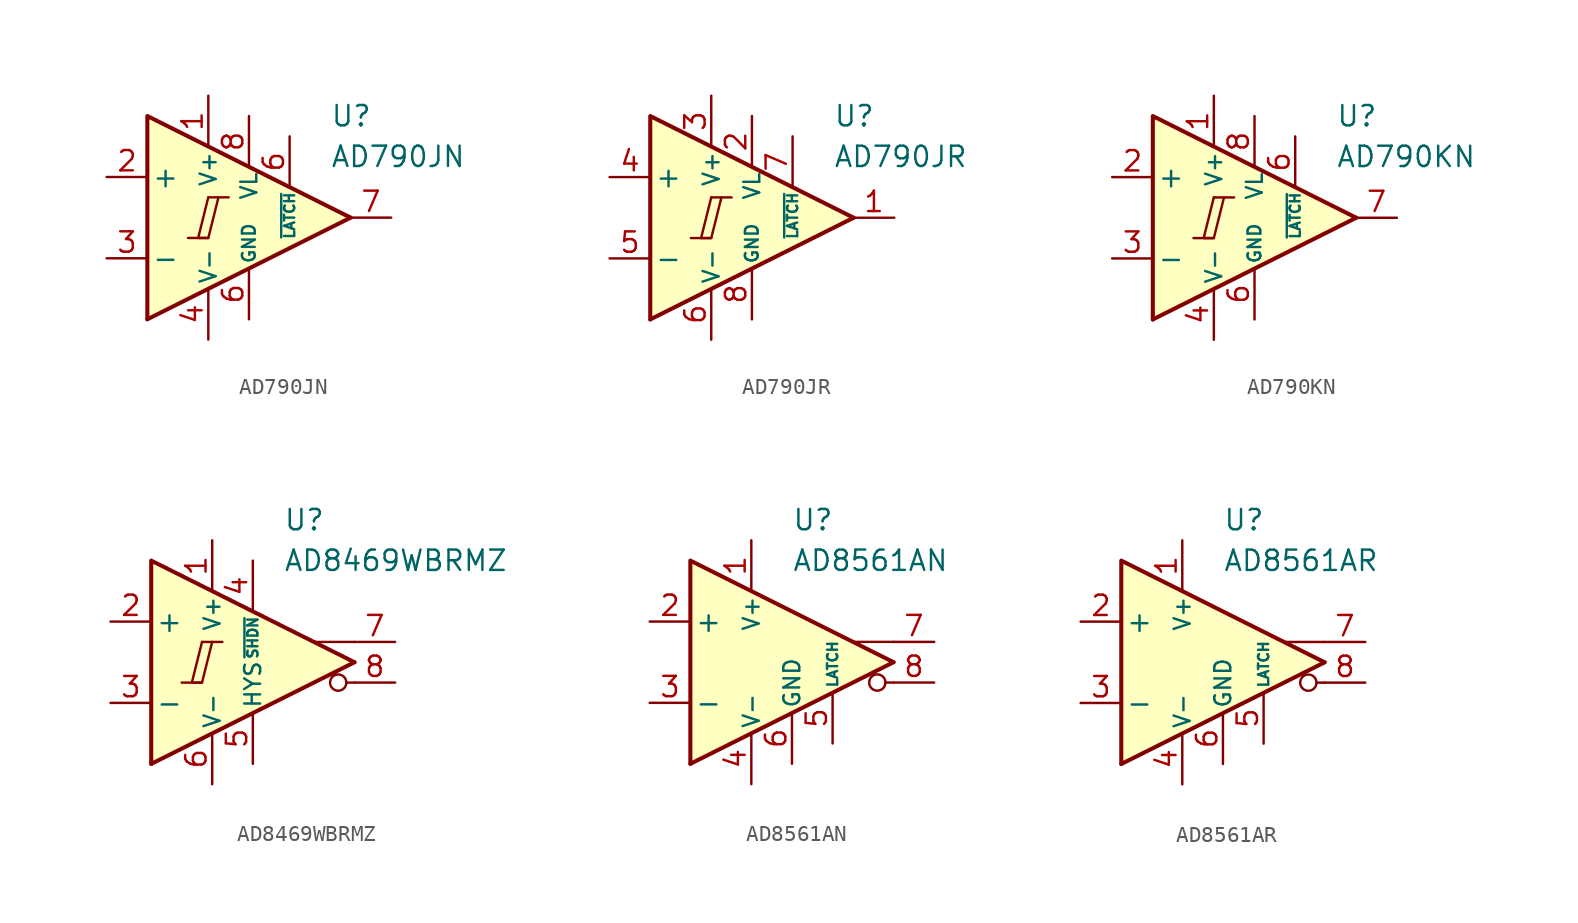
<source format=kicad_sym>
(kicad_symbol_lib
  (version 20211014)
  (generator kicad_symbol_editor)
  (symbol "AD790JN"
    (pin_names
      (offset 0.254))
    (property "Reference" "U"
      (at 5.08 6.35 0)
      (effects (font (size 1.27 1.27)) (justify left)))
    (property "Value" "AD790JN"
      (at 5.08 3.81 0)
      (effects (font (size 1.27 1.27)) (justify left)))
    (symbol "AD790JN_0_0"
      (polyline (pts (xy -3.81 -1.27) (xy -2.54 -1.27)) (stroke (width 0.152) (type default) (color 0 0 0 0)) (fill (type none)))
      (polyline (pts (xy -2.54 1.27) (xy -1.27 1.27)) (stroke (width 0.152) (type default) (color 0 0 0 0)) (fill (type none)))
      (polyline (pts (xy 6.35 0) (xy -6.35 -6.35)) (stroke (width 0.254) (type default) (color 0 0 0 0)) (fill (type none)))
      (polyline (pts (xy 6.35 0) (xy -6.35 6.35) (xy -6.35 -6.35)) (stroke (width 0.254) (type default) (color 0 0 0 0)) (fill (type background)))
      (polyline (pts (xy -2.54 1.27) (xy -3.175 -1.27) (xy -2.54 -1.27) (xy -1.905 1.27)) (stroke (width 0.152) (type default) (color 0 0 0 0)) (fill (type none))))
    (symbol "AD790JN_1_1"
      (pin power_in line (at -2.54 7.62 270) (length 3.18) (name "V+" (effects (font (size 1 1)))) (number "1" (effects (font (size 1.27 1.27)))))
      (pin input line (at -8.89 2.54 0) (length 2.54) (name "+" (effects (font (size 1.27 1.27)))) (number "2" (effects (font (size 1.27 1.27)))))
      (pin input line (at -8.89 -2.54 0) (length 2.54) (name "-" (effects (font (size 1.27 1.27)))) (number "3" (effects (font (size 1.27 1.27)))))
      (pin power_in line (at -2.54 -7.62 90) (length 3.18) (name "V-" (effects (font (size 1 1)))) (number "4" (effects (font (size 1.27 1.27)))))
      (pin power_in line (at 0 -6.35 90) (length 3.18) (name "GND" (effects (font (size 0.8 0.8)))) (number "6" (effects (font (size 1.27 1.27)))))
      (pin input line (at 2.54 5.08 270) (length 3.18) (name "~{LATCH}" (effects (font (size 0.635 0.635)))) (number "6" (effects (font (size 1.27 1.27)))))
      (pin output line (at 8.89 0 180) (length 2.54) (name "~" (effects (font (size 1.27 1.27)))) (number "7" (effects (font (size 1.27 1.27)))))
      (pin power_in line (at 0 6.35 270) (length 3.18) (name "VL" (effects (font (size 1 1)))) (number "8" (effects (font (size 1.27 1.27)))))))
  (symbol "AD790JR"
    (pin_names
      (offset 0.254))
    (property "Reference" "U"
      (at 5.08 6.35 0)
      (effects (font (size 1.27 1.27)) (justify left)))
    (property "Value" "AD790JR"
      (at 5.08 3.81 0)
      (effects (font (size 1.27 1.27)) (justify left)))
    (symbol "AD790JR_0_0"
      (polyline (pts (xy -3.81 -1.27) (xy -2.54 -1.27)) (stroke (width 0.152) (type default) (color 0 0 0 0)) (fill (type none)))
      (polyline (pts (xy -2.54 1.27) (xy -1.27 1.27)) (stroke (width 0.152) (type default) (color 0 0 0 0)) (fill (type none)))
      (polyline (pts (xy 6.35 0) (xy -6.35 -6.35)) (stroke (width 0.254) (type default) (color 0 0 0 0)) (fill (type none)))
      (polyline (pts (xy 6.35 0) (xy -6.35 6.35) (xy -6.35 -6.35)) (stroke (width 0.254) (type default) (color 0 0 0 0)) (fill (type background)))
      (polyline (pts (xy -2.54 1.27) (xy -3.175 -1.27) (xy -2.54 -1.27) (xy -1.905 1.27)) (stroke (width 0.152) (type default) (color 0 0 0 0)) (fill (type none))))
    (symbol "AD790JR_1_1"
      (pin output line (at 8.89 0 180) (length 2.54) (name "~" (effects (font (size 1.27 1.27)))) (number "1" (effects (font (size 1.27 1.27)))))
      (pin power_in line (at 0 6.35 270) (length 3.18) (name "VL" (effects (font (size 1 1)))) (number "2" (effects (font (size 1.27 1.27)))))
      (pin power_in line (at -2.54 7.62 270) (length 3.18) (name "V+" (effects (font (size 1 1)))) (number "3" (effects (font (size 1.27 1.27)))))
      (pin input line (at -8.89 2.54 0) (length 2.54) (name "+" (effects (font (size 1.27 1.27)))) (number "4" (effects (font (size 1.27 1.27)))))
      (pin input line (at -8.89 -2.54 0) (length 2.54) (name "-" (effects (font (size 1.27 1.27)))) (number "5" (effects (font (size 1.27 1.27)))))
      (pin power_in line (at -2.54 -7.62 90) (length 3.18) (name "V-" (effects (font (size 1 1)))) (number "6" (effects (font (size 1.27 1.27)))))
      (pin input line (at 2.54 5.08 270) (length 3.18) (name "~{LATCH}" (effects (font (size 0.635 0.635)))) (number "7" (effects (font (size 1.27 1.27)))))
      (pin power_in line (at 0 -6.35 90) (length 3.18) (name "GND" (effects (font (size 0.8 0.8)))) (number "8" (effects (font (size 1.27 1.27)))))))
  (symbol "AD790KN"
    (pin_names
      (offset 0.254))
    (property "Reference" "U"
      (at 5.08 6.35 0)
      (effects (font (size 1.27 1.27)) (justify left)))
    (property "Value" "AD790KN"
      (at 5.08 3.81 0)
      (effects (font (size 1.27 1.27)) (justify left)))
    (symbol "AD790KN_0_0"
      (polyline (pts (xy -3.81 -1.27) (xy -2.54 -1.27)) (stroke (width 0.152) (type default) (color 0 0 0 0)) (fill (type none)))
      (polyline (pts (xy -2.54 1.27) (xy -1.27 1.27)) (stroke (width 0.152) (type default) (color 0 0 0 0)) (fill (type none)))
      (polyline (pts (xy 6.35 0) (xy -6.35 -6.35)) (stroke (width 0.254) (type default) (color 0 0 0 0)) (fill (type none)))
      (polyline (pts (xy 6.35 0) (xy -6.35 6.35) (xy -6.35 -6.35)) (stroke (width 0.254) (type default) (color 0 0 0 0)) (fill (type background)))
      (polyline (pts (xy -2.54 1.27) (xy -3.175 -1.27) (xy -2.54 -1.27) (xy -1.905 1.27)) (stroke (width 0.152) (type default) (color 0 0 0 0)) (fill (type none))))
    (symbol "AD790KN_1_1"
      (pin power_in line (at -2.54 7.62 270) (length 3.18) (name "V+" (effects (font (size 1 1)))) (number "1" (effects (font (size 1.27 1.27)))))
      (pin input line (at -8.89 2.54 0) (length 2.54) (name "+" (effects (font (size 1.27 1.27)))) (number "2" (effects (font (size 1.27 1.27)))))
      (pin input line (at -8.89 -2.54 0) (length 2.54) (name "-" (effects (font (size 1.27 1.27)))) (number "3" (effects (font (size 1.27 1.27)))))
      (pin power_in line (at -2.54 -7.62 90) (length 3.18) (name "V-" (effects (font (size 1 1)))) (number "4" (effects (font (size 1.27 1.27)))))
      (pin power_in line (at 0 -6.35 90) (length 3.18) (name "GND" (effects (font (size 0.8 0.8)))) (number "6" (effects (font (size 1.27 1.27)))))
      (pin input line (at 2.54 5.08 270) (length 3.18) (name "~{LATCH}" (effects (font (size 0.635 0.635)))) (number "6" (effects (font (size 1.27 1.27)))))
      (pin output line (at 8.89 0 180) (length 2.54) (name "~" (effects (font (size 1.27 1.27)))) (number "7" (effects (font (size 1.27 1.27)))))
      (pin power_in line (at 0 6.35 270) (length 3.18) (name "VL" (effects (font (size 1 1)))) (number "8" (effects (font (size 1.27 1.27)))))))
  (symbol "AD8469WBRMZ"
    (pin_names
      (offset 0.254))
    (property "Reference" "U"
      (at 1.905 8.89 0)
      (effects (font (size 1.27 1.27)) (justify left)))
    (property "Value" "AD8469WBRMZ"
      (at 1.905 6.35 0)
      (effects (font (size 1.27 1.27)) (justify left)))
    (symbol "AD8469WBRMZ_0_0"
      (polyline (pts (xy -4.445 -1.27) (xy -3.175 -1.27)) (stroke (width 0.152) (type default) (color 0 0 0 0)) (fill (type none)))
      (polyline (pts (xy -3.175 1.27) (xy -1.905 1.27)) (stroke (width 0.152) (type default) (color 0 0 0 0)) (fill (type none)))
      (polyline (pts (xy 6.35 -1.27) (xy 5.842 -1.27)) (stroke (width 0.152) (type default) (color 0 0 0 0)) (fill (type none)))
      (polyline (pts (xy 6.35 0) (xy -6.35 -6.35)) (stroke (width 0.254) (type default) (color 0 0 0 0)) (fill (type none)))
      (polyline (pts (xy 6.35 1.27) (xy 3.81 1.27)) (stroke (width 0.152) (type default) (color 0 0 0 0)) (fill (type none)))
      (polyline (pts (xy 6.35 0) (xy -6.35 6.35) (xy -6.35 -6.35)) (stroke (width 0.254) (type default) (color 0 0 0 0)) (fill (type background)))
      (polyline (pts (xy -3.175 1.27) (xy -3.81 -1.27) (xy -3.175 -1.27) (xy -2.54 1.27)) (stroke (width 0.152) (type default) (color 0 0 0 0)) (fill (type none)))
      (circle (center 5.334 -1.27) (radius 0.508) (stroke (width 0.152) (type default) (color 0 0 0 0)) (fill (type none))))
    (symbol "AD8469WBRMZ_1_1"
      (pin power_in line (at -2.54 7.62 270) (length 3.18) (name "V+" (effects (font (size 1 1)))) (number "1" (effects (font (size 1.27 1.27)))))
      (pin input line (at -8.89 2.54 0) (length 2.54) (name "+" (effects (font (size 1.27 1.27)))) (number "2" (effects (font (size 1.27 1.27)))))
      (pin input line (at -8.89 -2.54 0) (length 2.54) (name "-" (effects (font (size 1.27 1.27)))) (number "3" (effects (font (size 1.27 1.27)))))
      (pin input line (at 0 6.35 270) (length 3.18) (name "~{SHDN}" (effects (font (size 0.635 0.635)))) (number "4" (effects (font (size 1.27 1.27)))))
      (pin input line (at 0 -6.35 90) (length 3.18) (name "HYS" (effects (font (size 1 1)))) (number "5" (effects (font (size 1.27 1.27)))))
      (pin power_in line (at -2.54 -7.62 90) (length 3.18) (name "V-" (effects (font (size 1 1)))) (number "6" (effects (font (size 1.27 1.27)))))
      (pin output line (at 8.89 1.27 180) (length 2.54) (name "~" (effects (font (size 1.27 1.27)))) (number "7" (effects (font (size 1.27 1.27)))))
      (pin output line (at 8.89 -1.27 180) (length 2.54) (name "~" (effects (font (size 1.27 1.27)))) (number "8" (effects (font (size 1.27 1.27)))))))
  (symbol "AD8561AN"
    (pin_names
      (offset 0.254))
    (property "Reference" "U"
      (at 0 8.89 0)
      (effects (font (size 1.27 1.27)) (justify left)))
    (property "Value" "AD8561AN"
      (at 0 6.35 0)
      (effects (font (size 1.27 1.27)) (justify left)))
    (symbol "AD8561AN_0_0"
      (polyline (pts (xy 6.35 -1.27) (xy 5.842 -1.27)) (stroke (width 0.152) (type default) (color 0 0 0 0)) (fill (type none)))
      (polyline (pts (xy 6.35 0) (xy -6.35 -6.35)) (stroke (width 0.254) (type default) (color 0 0 0 0)) (fill (type none)))
      (polyline (pts (xy 6.35 1.27) (xy 3.81 1.27)) (stroke (width 0.152) (type default) (color 0 0 0 0)) (fill (type none)))
      (polyline (pts (xy 6.35 0) (xy -6.35 6.35) (xy -6.35 -6.35)) (stroke (width 0.254) (type default) (color 0 0 0 0)) (fill (type background)))
      (circle (center 5.334 -1.27) (radius 0.508) (stroke (width 0.152) (type default) (color 0 0 0 0)) (fill (type none))))
    (symbol "AD8561AN_1_1"
      (pin power_in line (at -2.54 7.62 270) (length 3.18) (name "V+" (effects (font (size 1 1)))) (number "1" (effects (font (size 1.27 1.27)))))
      (pin input line (at -8.89 2.54 0) (length 2.54) (name "+" (effects (font (size 1.27 1.27)))) (number "2" (effects (font (size 1.27 1.27)))))
      (pin input line (at -8.89 -2.54 0) (length 2.54) (name "-" (effects (font (size 1.27 1.27)))) (number "3" (effects (font (size 1.27 1.27)))))
      (pin power_in line (at -2.54 -7.62 90) (length 3.18) (name "V-" (effects (font (size 1 1)))) (number "4" (effects (font (size 1.27 1.27)))))
      (pin input line (at 2.54 -5.08 90) (length 3.18) (name "LATCH" (effects (font (size 0.635 0.635)))) (number "5" (effects (font (size 1.27 1.27)))))
      (pin power_in line (at 0 -6.35 90) (length 3.18) (name "GND" (effects (font (size 1 1)))) (number "6" (effects (font (size 1.27 1.27)))))
      (pin output line (at 8.89 1.27 180) (length 2.54) (name "~" (effects (font (size 1.27 1.27)))) (number "7" (effects (font (size 1.27 1.27)))))
      (pin output line (at 8.89 -1.27 180) (length 2.54) (name "~" (effects (font (size 1.27 1.27)))) (number "8" (effects (font (size 1.27 1.27)))))))
  (symbol "AD8561AR"
    (pin_names
      (offset 0.254))
    (property "Reference" "U"
      (at 0 8.89 0)
      (effects (font (size 1.27 1.27)) (justify left)))
    (property "Value" "AD8561AR"
      (at 0 6.35 0)
      (effects (font (size 1.27 1.27)) (justify left)))
    (symbol "AD8561AR_0_0"
      (polyline (pts (xy 6.35 -1.27) (xy 5.842 -1.27)) (stroke (width 0.152) (type default) (color 0 0 0 0)) (fill (type none)))
      (polyline (pts (xy 6.35 0) (xy -6.35 -6.35)) (stroke (width 0.254) (type default) (color 0 0 0 0)) (fill (type none)))
      (polyline (pts (xy 6.35 1.27) (xy 3.81 1.27)) (stroke (width 0.152) (type default) (color 0 0 0 0)) (fill (type none)))
      (polyline (pts (xy 6.35 0) (xy -6.35 6.35) (xy -6.35 -6.35)) (stroke (width 0.254) (type default) (color 0 0 0 0)) (fill (type background)))
      (circle (center 5.334 -1.27) (radius 0.508) (stroke (width 0.152) (type default) (color 0 0 0 0)) (fill (type none))))
    (symbol "AD8561AR_1_1"
      (pin power_in line (at -2.54 7.62 270) (length 3.18) (name "V+" (effects (font (size 1 1)))) (number "1" (effects (font (size 1.27 1.27)))))
      (pin input line (at -8.89 2.54 0) (length 2.54) (name "+" (effects (font (size 1.27 1.27)))) (number "2" (effects (font (size 1.27 1.27)))))
      (pin input line (at -8.89 -2.54 0) (length 2.54) (name "-" (effects (font (size 1.27 1.27)))) (number "3" (effects (font (size 1.27 1.27)))))
      (pin power_in line (at -2.54 -7.62 90) (length 3.18) (name "V-" (effects (font (size 1 1)))) (number "4" (effects (font (size 1.27 1.27)))))
      (pin input line (at 2.54 -5.08 90) (length 3.18) (name "LATCH" (effects (font (size 0.635 0.635)))) (number "5" (effects (font (size 1.27 1.27)))))
      (pin power_in line (at 0 -6.35 90) (length 3.18) (name "GND" (effects (font (size 1 1)))) (number "6" (effects (font (size 1.27 1.27)))))
      (pin output line (at 8.89 1.27 180) (length 2.54) (name "~" (effects (font (size 1.27 1.27)))) (number "7" (effects (font (size 1.27 1.27)))))
      (pin output line (at 8.89 -1.27 180) (length 2.54) (name "~" (effects (font (size 1.27 1.27)))) (number "8" (effects (font (size 1.27 1.27))))))))
</source>
